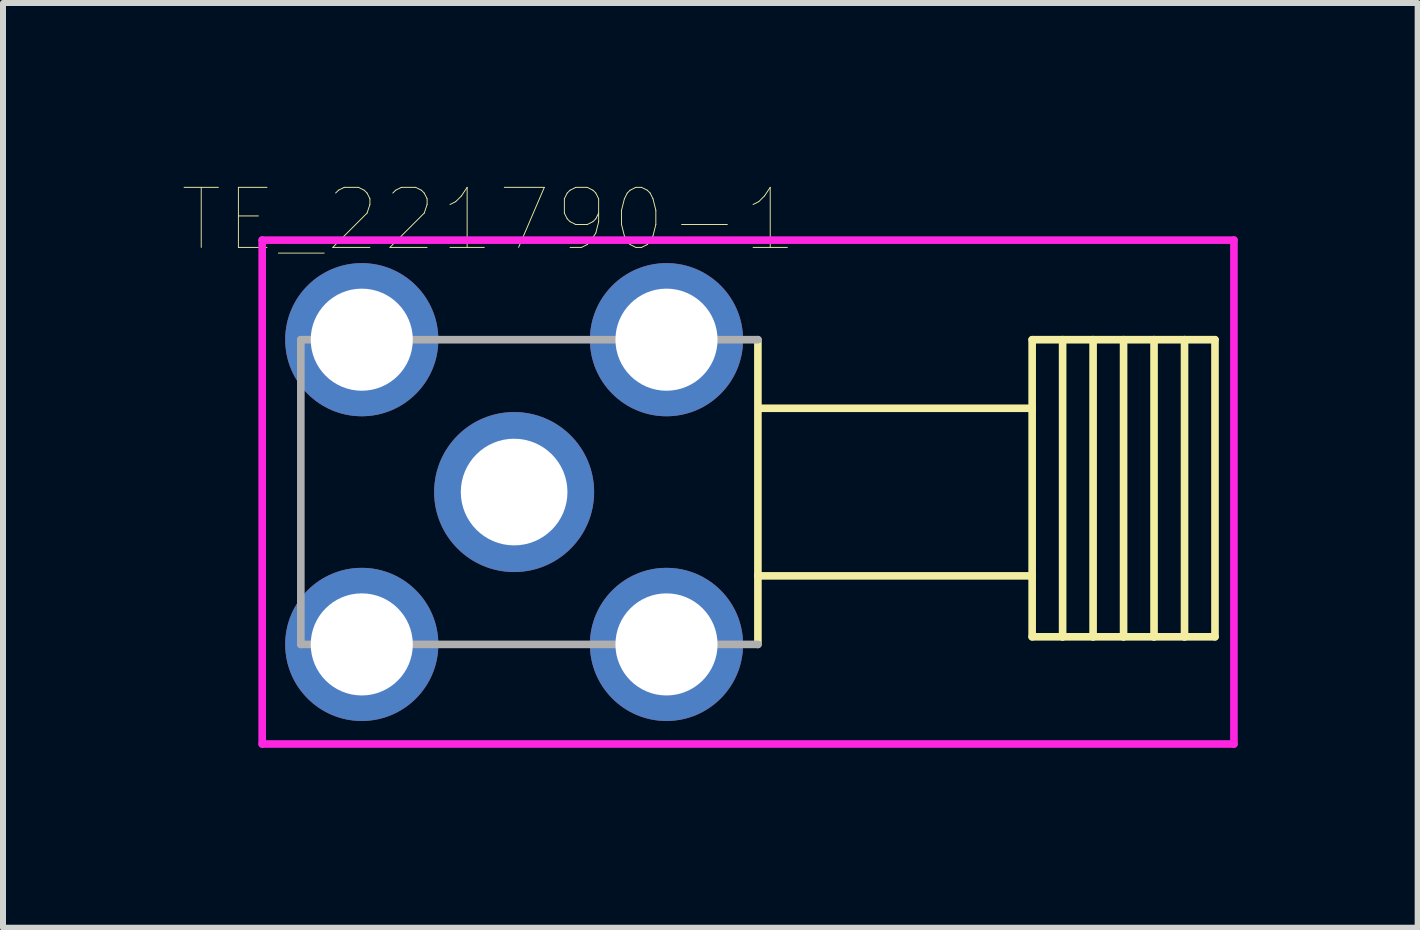
<source format=kicad_pcb>
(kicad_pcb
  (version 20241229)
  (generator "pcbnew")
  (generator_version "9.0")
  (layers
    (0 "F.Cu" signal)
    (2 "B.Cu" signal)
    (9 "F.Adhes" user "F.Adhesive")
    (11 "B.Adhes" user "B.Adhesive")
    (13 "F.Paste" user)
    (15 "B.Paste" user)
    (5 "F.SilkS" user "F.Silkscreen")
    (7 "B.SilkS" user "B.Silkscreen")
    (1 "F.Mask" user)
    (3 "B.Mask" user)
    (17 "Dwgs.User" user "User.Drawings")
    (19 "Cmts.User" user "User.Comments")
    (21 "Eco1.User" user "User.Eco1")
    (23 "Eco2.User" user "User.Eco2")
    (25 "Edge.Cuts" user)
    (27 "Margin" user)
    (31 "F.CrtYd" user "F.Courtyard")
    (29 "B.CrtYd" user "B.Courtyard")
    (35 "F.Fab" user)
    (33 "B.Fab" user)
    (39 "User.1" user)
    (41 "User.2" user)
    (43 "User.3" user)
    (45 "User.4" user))
  (footprint "TE_221790-1"
    (layer "F.Cu")
    (at 5.521 5.153)
    (property "Reference" "TE_221790-1" (at -0.426 -4.541 0) (layer "F.SilkS") (effects (font (size 1.001 1.001) (thickness 0.015))))
    (attr through_hole)
    (fp_line (start 4.064 -2.54) (end 4.064 1.397) (stroke (width 0.127) (type solid)) (layer "F.SilkS"))
    (fp_line (start 4.064 1.397) (end 4.064 2.54) (stroke (width 0.127) (type solid)) (layer "F.SilkS"))
    (fp_line (start 4.064 1.397) (end 8.636 1.397) (stroke (width 0.127) (type solid)) (layer "F.SilkS"))
    (fp_line (start 4.091 -1.397) (end 8.636 -1.397) (stroke (width 0.127) (type solid)) (layer "F.SilkS"))
    (fp_line (start 8.636 -2.54) (end 9.144 -2.54) (stroke (width 0.127) (type solid)) (layer "F.SilkS"))
    (fp_line (start 8.636 -1.397) (end 8.636 -2.54) (stroke (width 0.127) (type solid)) (layer "F.SilkS"))
    (fp_line (start 8.636 1.397) (end 8.636 -1.397) (stroke (width 0.127) (type solid)) (layer "F.SilkS"))
    (fp_line (start 8.636 2.413) (end 8.636 1.397) (stroke (width 0.127) (type solid)) (layer "F.SilkS"))
    (fp_line (start 9.144 -2.54) (end 9.144 2.413) (stroke (width 0.127) (type solid)) (layer "F.SilkS"))
    (fp_line (start 9.144 -2.54) (end 9.652 -2.54) (stroke (width 0.127) (type solid)) (layer "F.SilkS"))
    (fp_line (start 9.144 2.413) (end 8.636 2.413) (stroke (width 0.127) (type solid)) (layer "F.SilkS"))
    (fp_line (start 9.652 -2.54) (end 9.652 2.413) (stroke (width 0.127) (type solid)) (layer "F.SilkS"))
    (fp_line (start 9.652 -2.54) (end 10.16 -2.54) (stroke (width 0.127) (type solid)) (layer "F.SilkS"))
    (fp_line (start 9.652 2.413) (end 9.144 2.413) (stroke (width 0.127) (type solid)) (layer "F.SilkS"))
    (fp_line (start 10.16 -2.54) (end 10.16 2.413) (stroke (width 0.127) (type solid)) (layer "F.SilkS"))
    (fp_line (start 10.16 -2.54) (end 10.668 -2.54) (stroke (width 0.127) (type solid)) (layer "F.SilkS"))
    (fp_line (start 10.16 2.413) (end 9.652 2.413) (stroke (width 0.127) (type solid)) (layer "F.SilkS"))
    (fp_line (start 10.668 -2.54) (end 10.668 2.413) (stroke (width 0.127) (type solid)) (layer "F.SilkS"))
    (fp_line (start 10.668 -2.54) (end 11.176 -2.54) (stroke (width 0.127) (type solid)) (layer "F.SilkS"))
    (fp_line (start 10.668 2.413) (end 10.16 2.413) (stroke (width 0.127) (type solid)) (layer "F.SilkS"))
    (fp_line (start 11.176 -2.54) (end 11.176 2.413) (stroke (width 0.127) (type solid)) (layer "F.SilkS"))
    (fp_line (start 11.176 -2.54) (end 11.684 -2.54) (stroke (width 0.127) (type solid)) (layer "F.SilkS"))
    (fp_line (start 11.176 2.413) (end 10.668 2.413) (stroke (width 0.127) (type solid)) (layer "F.SilkS"))
    (fp_line (start 11.684 -2.54) (end 11.684 2.413) (stroke (width 0.127) (type solid)) (layer "F.SilkS"))
    (fp_line (start 11.684 2.413) (end 11.176 2.413) (stroke (width 0.127) (type solid)) (layer "F.SilkS"))
    (fp_line (start -4.2 -4.2) (end 12 -4.2) (stroke (width 0.127) (type solid)) (layer "F.CrtYd"))
    (fp_line (start -4.2 4.2) (end -4.2 -4.2) (stroke (width 0.127) (type solid)) (layer "F.CrtYd"))
    (fp_line (start 12 -4.2) (end 12 4.2) (stroke (width 0.127) (type solid)) (layer "F.CrtYd"))
    (fp_line (start 12 4.2) (end -4.2 4.2) (stroke (width 0.127) (type solid)) (layer "F.CrtYd"))
    (fp_line (start -3.556 -2.54) (end -3.556 2.54) (stroke (width 0.127) (type solid)) (layer "F.Fab"))
    (fp_line (start -3.556 2.54) (end 4.064 2.54) (stroke (width 0.127) (type solid)) (layer "F.Fab"))
    (fp_line (start 4.064 -2.54) (end -3.556 -2.54) (stroke (width 0.127) (type solid)) (layer "F.Fab"))
    (pad "1" thru_hole circle (at 0 0) (size 2.667 2.667) (drill 1.778) (layers "*.Cu" "*.Mask"))
    (pad "2" thru_hole circle (at -2.54 -2.54) (size 2.553 2.553) (drill 1.702) (layers "*.Cu" "*.Mask"))
    (pad "3" thru_hole circle (at 2.54 -2.54) (size 2.553 2.553) (drill 1.702) (layers "*.Cu" "*.Mask"))
    (pad "4" thru_hole circle (at -2.54 2.54) (size 2.553 2.553) (drill 1.702) (layers "*.Cu" "*.Mask"))
    (pad "5" thru_hole circle (at 2.54 2.54) (size 2.553 2.553) (drill 1.702) (layers "*.Cu" "*.Mask")))
  (gr_rect
    (start -3 -3)
    (end 20.584 12.416)
    (stroke (width 0.1) (type default))
    (fill no)
    (layer "Edge.Cuts")))
</source>
